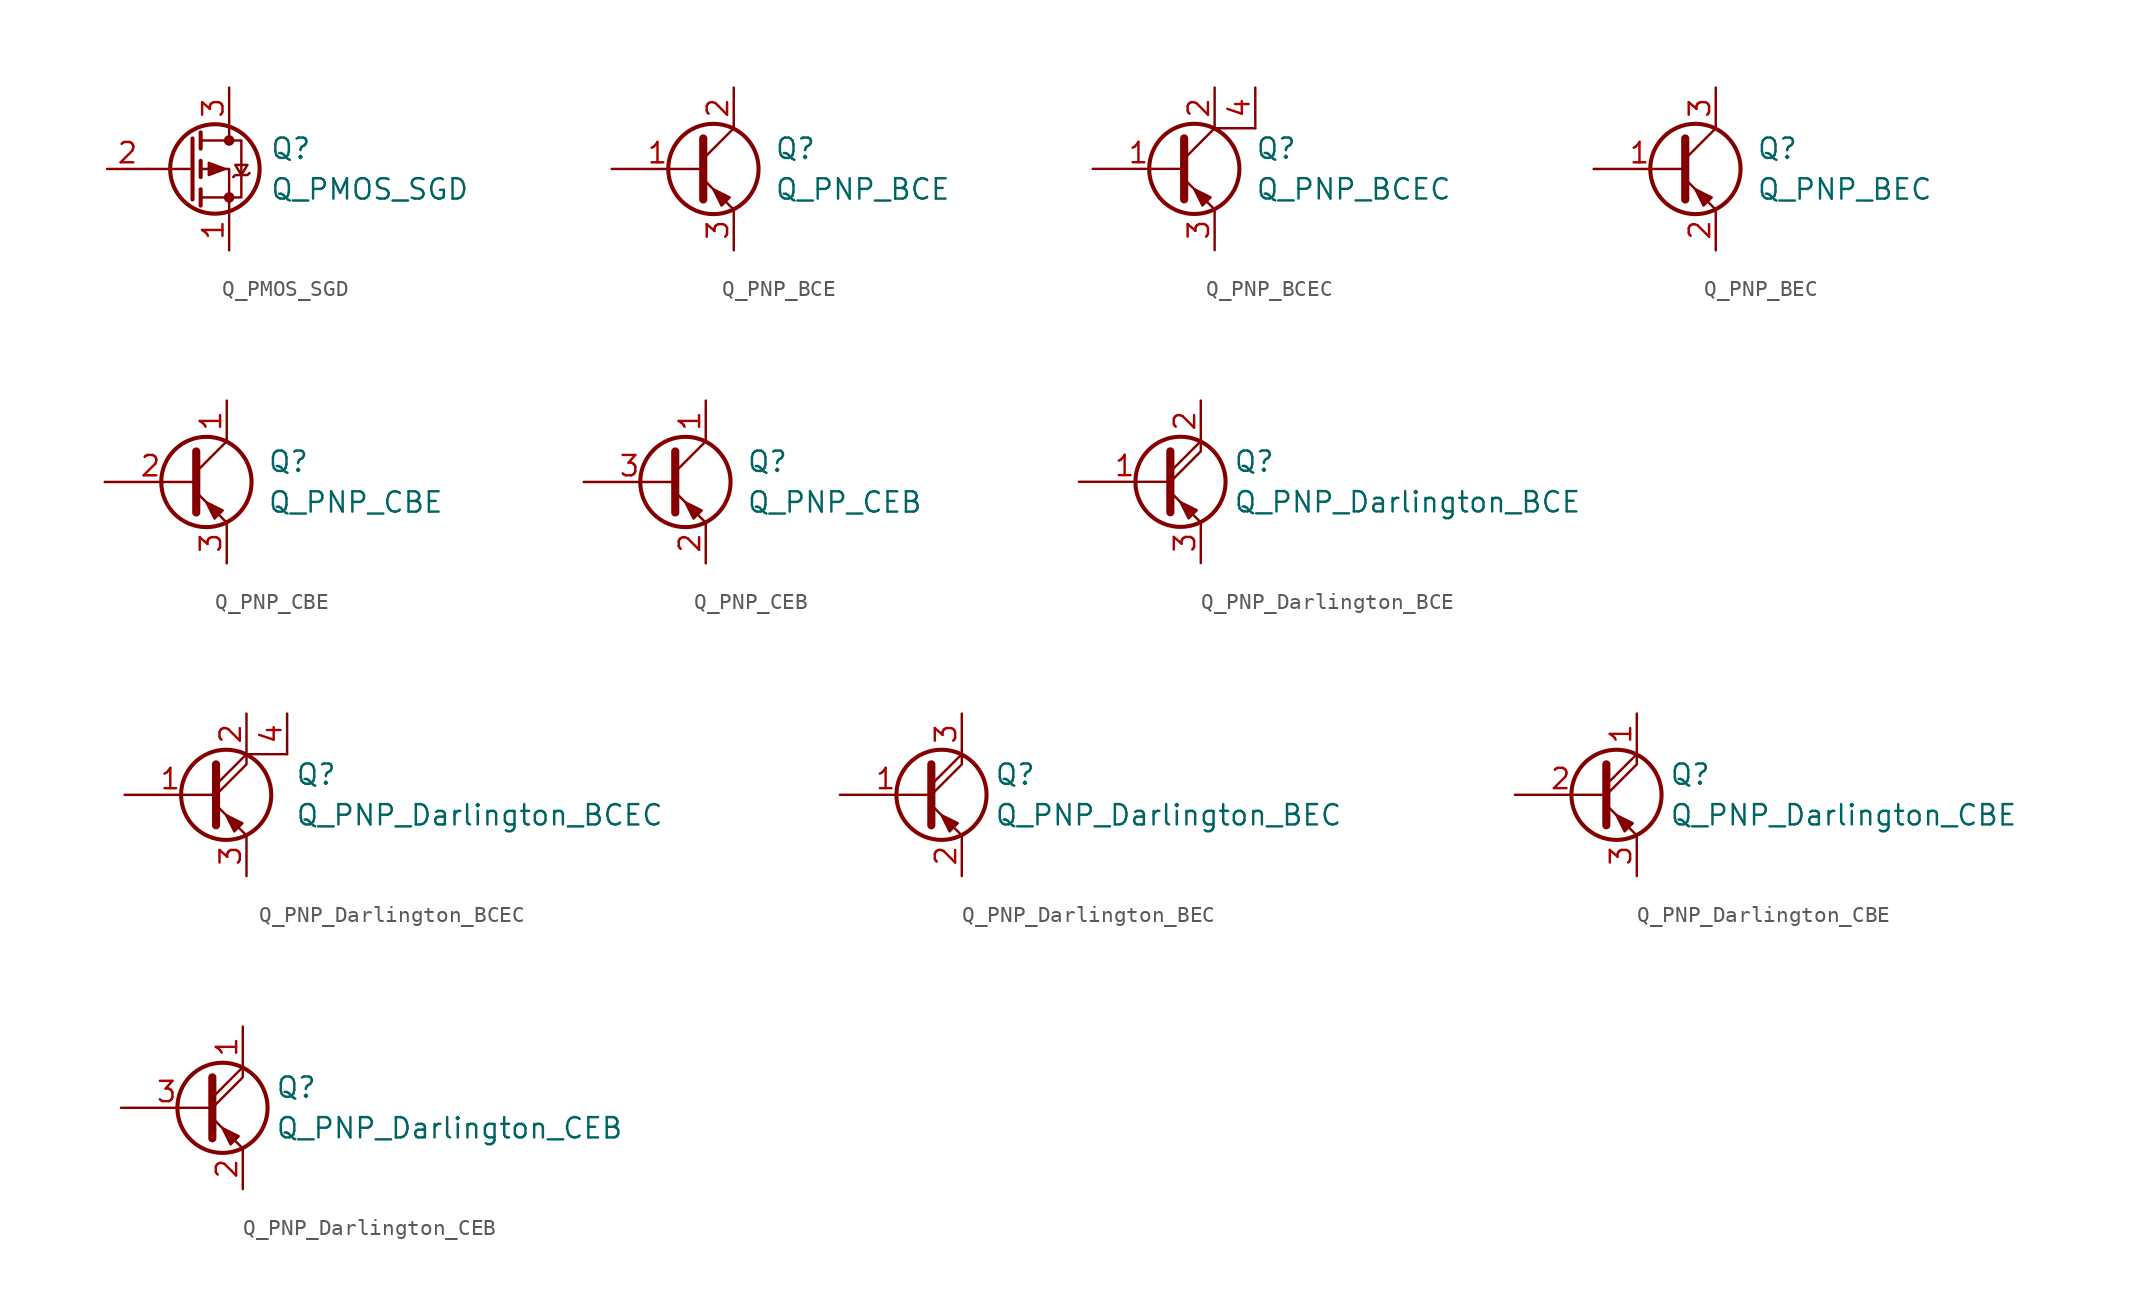
<source format=kicad_sym>
(kicad_symbol_lib
  (version 20211014)
  (generator kicad_symbol_editor)
  (symbol "Q_PMOS_SGD"
    (pin_names
      (offset 0) hide)
    (property "Reference" "Q"
      (at 5.08 1.27 0)
      (effects (font (size 1.27 1.27)) (justify left)))
    (property "Value" "Q_PMOS_SGD"
      (at 5.08 -1.27 0)
      (effects (font (size 1.27 1.27)) (justify left)))
    (symbol "Q_PMOS_SGD_0_1"
      (polyline (pts (xy 0.254 0) (xy -2.54 0)) (stroke (width 0) (type default) (color 0 0 0 0)) (fill (type none)))
      (polyline (pts (xy 0.254 1.905) (xy 0.254 -1.905)) (stroke (width 0.254) (type default) (color 0 0 0 0)) (fill (type none)))
      (polyline (pts (xy 0.762 -1.27) (xy 0.762 -2.286)) (stroke (width 0.254) (type default) (color 0 0 0 0)) (fill (type none)))
      (polyline (pts (xy 0.762 0.508) (xy 0.762 -0.508)) (stroke (width 0.254) (type default) (color 0 0 0 0)) (fill (type none)))
      (polyline (pts (xy 0.762 2.286) (xy 0.762 1.27)) (stroke (width 0.254) (type default) (color 0 0 0 0)) (fill (type none)))
      (polyline (pts (xy 2.54 2.54) (xy 2.54 1.778)) (stroke (width 0) (type default) (color 0 0 0 0)) (fill (type none)))
      (polyline (pts (xy 2.54 -2.54) (xy 2.54 0) (xy 0.762 0)) (stroke (width 0) (type default) (color 0 0 0 0)) (fill (type none)))
      (polyline (pts (xy 0.762 1.778) (xy 3.302 1.778) (xy 3.302 -1.778) (xy 0.762 -1.778)) (stroke (width 0) (type default) (color 0 0 0 0)) (fill (type none)))
      (polyline (pts (xy 2.286 0) (xy 1.27 0.381) (xy 1.27 -0.381) (xy 2.286 0)) (stroke (width 0) (type default) (color 0 0 0 0)) (fill (type outline)))
      (polyline (pts (xy 2.794 -0.508) (xy 2.921 -0.381) (xy 3.683 -0.381) (xy 3.81 -0.254)) (stroke (width 0) (type default) (color 0 0 0 0)) (fill (type none)))
      (polyline (pts (xy 3.302 -0.381) (xy 2.921 0.254) (xy 3.683 0.254) (xy 3.302 -0.381)) (stroke (width 0) (type default) (color 0 0 0 0)) (fill (type none)))
      (circle (center 1.651 0) (radius 2.794) (stroke (width 0.254) (type default) (color 0 0 0 0)) (fill (type none)))
      (circle (center 2.54 -1.778) (radius 0.254) (stroke (width 0) (type default) (color 0 0 0 0)) (fill (type outline)))
      (circle (center 2.54 1.778) (radius 0.254) (stroke (width 0) (type default) (color 0 0 0 0)) (fill (type outline))))
    (symbol "Q_PMOS_SGD_1_1"
      (pin passive line (at 2.54 -5.08 90) (length 2.54) (name "S" (effects (font (size 1.27 1.27)))) (number "1" (effects (font (size 1.27 1.27)))))
      (pin input line (at -5.08 0 0) (length 2.54) (name "G" (effects (font (size 1.27 1.27)))) (number "2" (effects (font (size 1.27 1.27)))))
      (pin passive line (at 2.54 5.08 270) (length 2.54) (name "D" (effects (font (size 1.27 1.27)))) (number "3" (effects (font (size 1.27 1.27)))))))
  (symbol "Q_PNP_BCE"
    (pin_names
      (offset 0) hide)
    (property "Reference" "Q"
      (at 5.08 1.27 0)
      (effects (font (size 1.27 1.27)) (justify left)))
    (property "Value" "Q_PNP_BCE"
      (at 5.08 -1.27 0)
      (effects (font (size 1.27 1.27)) (justify left)))
    (symbol "Q_PNP_BCE_0_1"
      (polyline (pts (xy 0.635 0.635) (xy 2.54 2.54)) (stroke (width 0) (type default) (color 0 0 0 0)) (fill (type none)))
      (polyline (pts (xy 0.635 -0.635) (xy 2.54 -2.54) (xy 2.54 -2.54)) (stroke (width 0) (type default) (color 0 0 0 0)) (fill (type none)))
      (polyline (pts (xy 0.635 1.905) (xy 0.635 -1.905) (xy 0.635 -1.905)) (stroke (width 0.508) (type default) (color 0 0 0 0)) (fill (type none)))
      (polyline (pts (xy 2.286 -1.778) (xy 1.778 -2.286) (xy 1.27 -1.27) (xy 2.286 -1.778) (xy 2.286 -1.778)) (stroke (width 0) (type default) (color 0 0 0 0)) (fill (type outline)))
      (circle (center 1.27 0) (radius 2.819) (stroke (width 0.254) (type default) (color 0 0 0 0)) (fill (type none))))
    (symbol "Q_PNP_BCE_1_1"
      (pin input line (at -5.08 0 0) (length 5.715) (name "B" (effects (font (size 1.27 1.27)))) (number "1" (effects (font (size 1.27 1.27)))))
      (pin passive line (at 2.54 5.08 270) (length 2.54) (name "C" (effects (font (size 1.27 1.27)))) (number "2" (effects (font (size 1.27 1.27)))))
      (pin passive line (at 2.54 -5.08 90) (length 2.54) (name "E" (effects (font (size 1.27 1.27)))) (number "3" (effects (font (size 1.27 1.27)))))))
  (symbol "Q_PNP_BCEC"
    (pin_names
      (offset 0) hide)
    (property "Reference" "Q"
      (at 5.08 1.27 0)
      (effects (font (size 1.27 1.27)) (justify left)))
    (property "Value" "Q_PNP_BCEC"
      (at 5.08 -1.27 0)
      (effects (font (size 1.27 1.27)) (justify left)))
    (symbol "Q_PNP_BCEC_0_1"
      (polyline (pts (xy 0.635 0.635) (xy 2.54 2.54)) (stroke (width 0) (type default) (color 0 0 0 0)) (fill (type none)))
      (polyline (pts (xy 5.08 2.54) (xy 2.54 2.54)) (stroke (width 0) (type default) (color 0 0 0 0)) (fill (type none)))
      (polyline (pts (xy 0.635 -0.635) (xy 2.54 -2.54) (xy 2.54 -2.54)) (stroke (width 0) (type default) (color 0 0 0 0)) (fill (type none)))
      (polyline (pts (xy 0.635 1.905) (xy 0.635 -1.905) (xy 0.635 -1.905)) (stroke (width 0.508) (type default) (color 0 0 0 0)) (fill (type none)))
      (polyline (pts (xy 2.286 -1.778) (xy 1.778 -2.286) (xy 1.27 -1.27) (xy 2.286 -1.778) (xy 2.286 -1.778)) (stroke (width 0) (type default) (color 0 0 0 0)) (fill (type outline)))
      (circle (center 1.27 0) (radius 2.819) (stroke (width 0.254) (type default) (color 0 0 0 0)) (fill (type none))))
    (symbol "Q_PNP_BCEC_1_1"
      (pin input line (at -5.08 0 0) (length 5.715) (name "B" (effects (font (size 1.27 1.27)))) (number "1" (effects (font (size 1.27 1.27)))))
      (pin passive line (at 2.54 5.08 270) (length 2.54) (name "C" (effects (font (size 1.27 1.27)))) (number "2" (effects (font (size 1.27 1.27)))))
      (pin passive line (at 2.54 -5.08 90) (length 2.54) (name "E" (effects (font (size 1.27 1.27)))) (number "3" (effects (font (size 1.27 1.27)))))
      (pin passive line (at 5.08 5.08 270) (length 2.54) (name "C" (effects (font (size 1.27 1.27)))) (number "4" (effects (font (size 1.27 1.27)))))))
  (symbol "Q_PNP_BEC"
    (pin_names
      (offset 0) hide)
    (property "Reference" "Q"
      (at 5.08 1.27 0)
      (effects (font (size 1.27 1.27)) (justify left)))
    (property "Value" "Q_PNP_BEC"
      (at 5.08 -1.27 0)
      (effects (font (size 1.27 1.27)) (justify left)))
    (symbol "Q_PNP_BEC_0_1"
      (polyline (pts (xy 0.635 0.635) (xy 2.54 2.54)) (stroke (width 0) (type default) (color 0 0 0 0)) (fill (type none)))
      (polyline (pts (xy 0.635 -0.635) (xy 2.54 -2.54) (xy 2.54 -2.54)) (stroke (width 0) (type default) (color 0 0 0 0)) (fill (type none)))
      (polyline (pts (xy 0.635 1.905) (xy 0.635 -1.905) (xy 0.635 -1.905)) (stroke (width 0.508) (type default) (color 0 0 0 0)) (fill (type none)))
      (polyline (pts (xy 2.286 -1.778) (xy 1.778 -2.286) (xy 1.27 -1.27) (xy 2.286 -1.778) (xy 2.286 -1.778)) (stroke (width 0) (type default) (color 0 0 0 0)) (fill (type outline)))
      (circle (center 1.27 0) (radius 2.819) (stroke (width 0.254) (type default) (color 0 0 0 0)) (fill (type none))))
    (symbol "Q_PNP_BEC_1_1"
      (pin input line (at -5.08 0 0) (length 5.715) (name "B" (effects (font (size 1.27 1.27)))) (number "1" (effects (font (size 1.27 1.27)))))
      (pin passive line (at 2.54 -5.08 90) (length 2.54) (name "E" (effects (font (size 1.27 1.27)))) (number "2" (effects (font (size 1.27 1.27)))))
      (pin passive line (at 2.54 5.08 270) (length 2.54) (name "C" (effects (font (size 1.27 1.27)))) (number "3" (effects (font (size 1.27 1.27)))))))
  (symbol "Q_PNP_CBE"
    (pin_names
      (offset 0) hide)
    (property "Reference" "Q"
      (at 5.08 1.27 0)
      (effects (font (size 1.27 1.27)) (justify left)))
    (property "Value" "Q_PNP_CBE"
      (at 5.08 -1.27 0)
      (effects (font (size 1.27 1.27)) (justify left)))
    (symbol "Q_PNP_CBE_0_1"
      (polyline (pts (xy 0.635 0.635) (xy 2.54 2.54)) (stroke (width 0) (type default) (color 0 0 0 0)) (fill (type none)))
      (polyline (pts (xy 0.635 -0.635) (xy 2.54 -2.54) (xy 2.54 -2.54)) (stroke (width 0) (type default) (color 0 0 0 0)) (fill (type none)))
      (polyline (pts (xy 0.635 1.905) (xy 0.635 -1.905) (xy 0.635 -1.905)) (stroke (width 0.508) (type default) (color 0 0 0 0)) (fill (type none)))
      (polyline (pts (xy 2.286 -1.778) (xy 1.778 -2.286) (xy 1.27 -1.27) (xy 2.286 -1.778) (xy 2.286 -1.778)) (stroke (width 0) (type default) (color 0 0 0 0)) (fill (type outline)))
      (circle (center 1.27 0) (radius 2.819) (stroke (width 0.254) (type default) (color 0 0 0 0)) (fill (type none))))
    (symbol "Q_PNP_CBE_1_1"
      (pin passive line (at 2.54 5.08 270) (length 2.54) (name "C" (effects (font (size 1.27 1.27)))) (number "1" (effects (font (size 1.27 1.27)))))
      (pin input line (at -5.08 0 0) (length 5.715) (name "B" (effects (font (size 1.27 1.27)))) (number "2" (effects (font (size 1.27 1.27)))))
      (pin passive line (at 2.54 -5.08 90) (length 2.54) (name "E" (effects (font (size 1.27 1.27)))) (number "3" (effects (font (size 1.27 1.27)))))))
  (symbol "Q_PNP_CEB"
    (pin_names
      (offset 0) hide)
    (property "Reference" "Q"
      (at 5.08 1.27 0)
      (effects (font (size 1.27 1.27)) (justify left)))
    (property "Value" "Q_PNP_CEB"
      (at 5.08 -1.27 0)
      (effects (font (size 1.27 1.27)) (justify left)))
    (symbol "Q_PNP_CEB_0_1"
      (polyline (pts (xy 0.635 0.635) (xy 2.54 2.54)) (stroke (width 0) (type default) (color 0 0 0 0)) (fill (type none)))
      (polyline (pts (xy 0.635 -0.635) (xy 2.54 -2.54) (xy 2.54 -2.54)) (stroke (width 0) (type default) (color 0 0 0 0)) (fill (type none)))
      (polyline (pts (xy 0.635 1.905) (xy 0.635 -1.905) (xy 0.635 -1.905)) (stroke (width 0.508) (type default) (color 0 0 0 0)) (fill (type none)))
      (polyline (pts (xy 2.286 -1.778) (xy 1.778 -2.286) (xy 1.27 -1.27) (xy 2.286 -1.778) (xy 2.286 -1.778)) (stroke (width 0) (type default) (color 0 0 0 0)) (fill (type outline)))
      (circle (center 1.27 0) (radius 2.819) (stroke (width 0.254) (type default) (color 0 0 0 0)) (fill (type none))))
    (symbol "Q_PNP_CEB_1_1"
      (pin passive line (at 2.54 5.08 270) (length 2.54) (name "C" (effects (font (size 1.27 1.27)))) (number "1" (effects (font (size 1.27 1.27)))))
      (pin passive line (at 2.54 -5.08 90) (length 2.54) (name "E" (effects (font (size 1.27 1.27)))) (number "2" (effects (font (size 1.27 1.27)))))
      (pin input line (at -5.08 0 0) (length 5.715) (name "B" (effects (font (size 1.27 1.27)))) (number "3" (effects (font (size 1.27 1.27)))))))
  (symbol "Q_PNP_Darlington_BCE"
    (pin_names
      (offset 0) hide)
    (property "Reference" "Q"
      (at 4.572 1.27 0)
      (effects (font (size 1.27 1.27)) (justify left)))
    (property "Value" "Q_PNP_Darlington_BCE"
      (at 4.572 -1.27 0)
      (effects (font (size 1.27 1.27)) (justify left)))
    (symbol "Q_PNP_Darlington_BCE_0_1"
      (polyline (pts (xy 0.635 0.635) (xy 2.54 2.54)) (stroke (width 0) (type default) (color 0 0 0 0)) (fill (type none)))
      (polyline (pts (xy 0.635 -0.635) (xy 2.54 -2.54) (xy 2.54 -2.54)) (stroke (width 0) (type default) (color 0 0 0 0)) (fill (type none)))
      (polyline (pts (xy 0.635 0) (xy 2.54 1.905) (xy 2.54 2.54)) (stroke (width 0) (type default) (color 0 0 0 0)) (fill (type none)))
      (polyline (pts (xy 0.635 1.905) (xy 0.635 -1.905) (xy 0.635 -1.905)) (stroke (width 0.508) (type default) (color 0 0 0 0)) (fill (type none)))
      (polyline (pts (xy 2.286 -1.778) (xy 1.778 -2.286) (xy 1.27 -1.27) (xy 2.286 -1.778) (xy 2.286 -1.778)) (stroke (width 0) (type default) (color 0 0 0 0)) (fill (type outline)))
      (circle (center 1.27 0) (radius 2.819) (stroke (width 0.254) (type default) (color 0 0 0 0)) (fill (type none))))
    (symbol "Q_PNP_Darlington_BCE_1_1"
      (pin input line (at -5.08 0 0) (length 5.715) (name "B" (effects (font (size 1.27 1.27)))) (number "1" (effects (font (size 1.27 1.27)))))
      (pin passive line (at 2.54 5.08 270) (length 2.54) (name "C" (effects (font (size 1.27 1.27)))) (number "2" (effects (font (size 1.27 1.27)))))
      (pin passive line (at 2.54 -5.08 90) (length 2.54) (name "E" (effects (font (size 1.27 1.27)))) (number "3" (effects (font (size 1.27 1.27)))))))
  (symbol "Q_PNP_Darlington_BCEC"
    (pin_names
      (offset 0) hide)
    (property "Reference" "Q"
      (at 5.588 1.27 0)
      (effects (font (size 1.27 1.27)) (justify left)))
    (property "Value" "Q_PNP_Darlington_BCEC"
      (at 5.588 -1.27 0)
      (effects (font (size 1.27 1.27)) (justify left)))
    (symbol "Q_PNP_Darlington_BCEC_0_1"
      (polyline (pts (xy 0.635 0.635) (xy 2.54 2.54)) (stroke (width 0) (type default) (color 0 0 0 0)) (fill (type none)))
      (polyline (pts (xy 5.08 2.54) (xy 2.54 2.54)) (stroke (width 0) (type default) (color 0 0 0 0)) (fill (type none)))
      (polyline (pts (xy 0.635 -0.635) (xy 2.54 -2.54) (xy 2.54 -2.54)) (stroke (width 0) (type default) (color 0 0 0 0)) (fill (type none)))
      (polyline (pts (xy 0.635 0) (xy 2.54 1.905) (xy 2.54 2.54)) (stroke (width 0) (type default) (color 0 0 0 0)) (fill (type none)))
      (polyline (pts (xy 0.635 1.905) (xy 0.635 -1.905) (xy 0.635 -1.905)) (stroke (width 0.508) (type default) (color 0 0 0 0)) (fill (type none)))
      (polyline (pts (xy 2.286 -1.778) (xy 1.778 -2.286) (xy 1.27 -1.27) (xy 2.286 -1.778) (xy 2.286 -1.778)) (stroke (width 0) (type default) (color 0 0 0 0)) (fill (type outline)))
      (circle (center 1.27 0) (radius 2.819) (stroke (width 0.254) (type default) (color 0 0 0 0)) (fill (type none))))
    (symbol "Q_PNP_Darlington_BCEC_1_1"
      (pin input line (at -5.08 0 0) (length 5.715) (name "B" (effects (font (size 1.27 1.27)))) (number "1" (effects (font (size 1.27 1.27)))))
      (pin passive line (at 2.54 5.08 270) (length 2.54) (name "C" (effects (font (size 1.27 1.27)))) (number "2" (effects (font (size 1.27 1.27)))))
      (pin passive line (at 2.54 -5.08 90) (length 2.54) (name "E" (effects (font (size 1.27 1.27)))) (number "3" (effects (font (size 1.27 1.27)))))
      (pin passive line (at 5.08 5.08 270) (length 2.54) (name "C" (effects (font (size 1.27 1.27)))) (number "4" (effects (font (size 1.27 1.27)))))))
  (symbol "Q_PNP_Darlington_BEC"
    (pin_names
      (offset 0) hide)
    (property "Reference" "Q"
      (at 4.572 1.27 0)
      (effects (font (size 1.27 1.27)) (justify left)))
    (property "Value" "Q_PNP_Darlington_BEC"
      (at 4.572 -1.27 0)
      (effects (font (size 1.27 1.27)) (justify left)))
    (symbol "Q_PNP_Darlington_BEC_0_1"
      (polyline (pts (xy 0.635 0.635) (xy 2.54 2.54)) (stroke (width 0) (type default) (color 0 0 0 0)) (fill (type none)))
      (polyline (pts (xy 0.635 -0.635) (xy 2.54 -2.54) (xy 2.54 -2.54)) (stroke (width 0) (type default) (color 0 0 0 0)) (fill (type none)))
      (polyline (pts (xy 0.635 0) (xy 2.54 1.905) (xy 2.54 2.54)) (stroke (width 0) (type default) (color 0 0 0 0)) (fill (type none)))
      (polyline (pts (xy 0.635 1.905) (xy 0.635 -1.905) (xy 0.635 -1.905)) (stroke (width 0.508) (type default) (color 0 0 0 0)) (fill (type none)))
      (polyline (pts (xy 2.286 -1.778) (xy 1.778 -2.286) (xy 1.27 -1.27) (xy 2.286 -1.778) (xy 2.286 -1.778)) (stroke (width 0) (type default) (color 0 0 0 0)) (fill (type outline)))
      (circle (center 1.27 0) (radius 2.819) (stroke (width 0.254) (type default) (color 0 0 0 0)) (fill (type none))))
    (symbol "Q_PNP_Darlington_BEC_1_1"
      (pin input line (at -5.08 0 0) (length 5.715) (name "B" (effects (font (size 1.27 1.27)))) (number "1" (effects (font (size 1.27 1.27)))))
      (pin passive line (at 2.54 -5.08 90) (length 2.54) (name "E" (effects (font (size 1.27 1.27)))) (number "2" (effects (font (size 1.27 1.27)))))
      (pin passive line (at 2.54 5.08 270) (length 2.54) (name "C" (effects (font (size 1.27 1.27)))) (number "3" (effects (font (size 1.27 1.27)))))))
  (symbol "Q_PNP_Darlington_CBE"
    (pin_names
      (offset 0) hide)
    (property "Reference" "Q"
      (at 4.572 1.27 0)
      (effects (font (size 1.27 1.27)) (justify left)))
    (property "Value" "Q_PNP_Darlington_CBE"
      (at 4.572 -1.27 0)
      (effects (font (size 1.27 1.27)) (justify left)))
    (symbol "Q_PNP_Darlington_CBE_0_1"
      (polyline (pts (xy 0.635 0.635) (xy 2.54 2.54)) (stroke (width 0) (type default) (color 0 0 0 0)) (fill (type none)))
      (polyline (pts (xy 0.635 -0.635) (xy 2.54 -2.54) (xy 2.54 -2.54)) (stroke (width 0) (type default) (color 0 0 0 0)) (fill (type none)))
      (polyline (pts (xy 0.635 0) (xy 2.54 1.905) (xy 2.54 2.54)) (stroke (width 0) (type default) (color 0 0 0 0)) (fill (type none)))
      (polyline (pts (xy 0.635 1.905) (xy 0.635 -1.905) (xy 0.635 -1.905)) (stroke (width 0.508) (type default) (color 0 0 0 0)) (fill (type none)))
      (polyline (pts (xy 2.286 -1.778) (xy 1.778 -2.286) (xy 1.27 -1.27) (xy 2.286 -1.778) (xy 2.286 -1.778)) (stroke (width 0) (type default) (color 0 0 0 0)) (fill (type outline)))
      (circle (center 1.27 0) (radius 2.819) (stroke (width 0.254) (type default) (color 0 0 0 0)) (fill (type none))))
    (symbol "Q_PNP_Darlington_CBE_1_1"
      (pin passive line (at 2.54 5.08 270) (length 2.54) (name "C" (effects (font (size 1.27 1.27)))) (number "1" (effects (font (size 1.27 1.27)))))
      (pin input line (at -5.08 0 0) (length 5.715) (name "B" (effects (font (size 1.27 1.27)))) (number "2" (effects (font (size 1.27 1.27)))))
      (pin passive line (at 2.54 -5.08 90) (length 2.54) (name "E" (effects (font (size 1.27 1.27)))) (number "3" (effects (font (size 1.27 1.27)))))))
  (symbol "Q_PNP_Darlington_CEB"
    (pin_names
      (offset 0) hide)
    (property "Reference" "Q"
      (at 4.572 1.27 0)
      (effects (font (size 1.27 1.27)) (justify left)))
    (property "Value" "Q_PNP_Darlington_CEB"
      (at 4.572 -1.27 0)
      (effects (font (size 1.27 1.27)) (justify left)))
    (symbol "Q_PNP_Darlington_CEB_0_1"
      (polyline (pts (xy 0.635 0.635) (xy 2.54 2.54)) (stroke (width 0) (type default) (color 0 0 0 0)) (fill (type none)))
      (polyline (pts (xy 0.635 -0.635) (xy 2.54 -2.54) (xy 2.54 -2.54)) (stroke (width 0) (type default) (color 0 0 0 0)) (fill (type none)))
      (polyline (pts (xy 0.635 0) (xy 2.54 1.905) (xy 2.54 2.54)) (stroke (width 0) (type default) (color 0 0 0 0)) (fill (type none)))
      (polyline (pts (xy 0.635 1.905) (xy 0.635 -1.905) (xy 0.635 -1.905)) (stroke (width 0.508) (type default) (color 0 0 0 0)) (fill (type none)))
      (polyline (pts (xy 2.286 -1.778) (xy 1.778 -2.286) (xy 1.27 -1.27) (xy 2.286 -1.778) (xy 2.286 -1.778)) (stroke (width 0) (type default) (color 0 0 0 0)) (fill (type outline)))
      (circle (center 1.27 0) (radius 2.819) (stroke (width 0.254) (type default) (color 0 0 0 0)) (fill (type none))))
    (symbol "Q_PNP_Darlington_CEB_1_1"
      (pin passive line (at 2.54 5.08 270) (length 2.54) (name "C" (effects (font (size 1.27 1.27)))) (number "1" (effects (font (size 1.27 1.27)))))
      (pin passive line (at 2.54 -5.08 90) (length 2.54) (name "E" (effects (font (size 1.27 1.27)))) (number "2" (effects (font (size 1.27 1.27)))))
      (pin input line (at -5.08 0 0) (length 5.715) (name "B" (effects (font (size 1.27 1.27)))) (number "3" (effects (font (size 1.27 1.27))))))))
</source>
